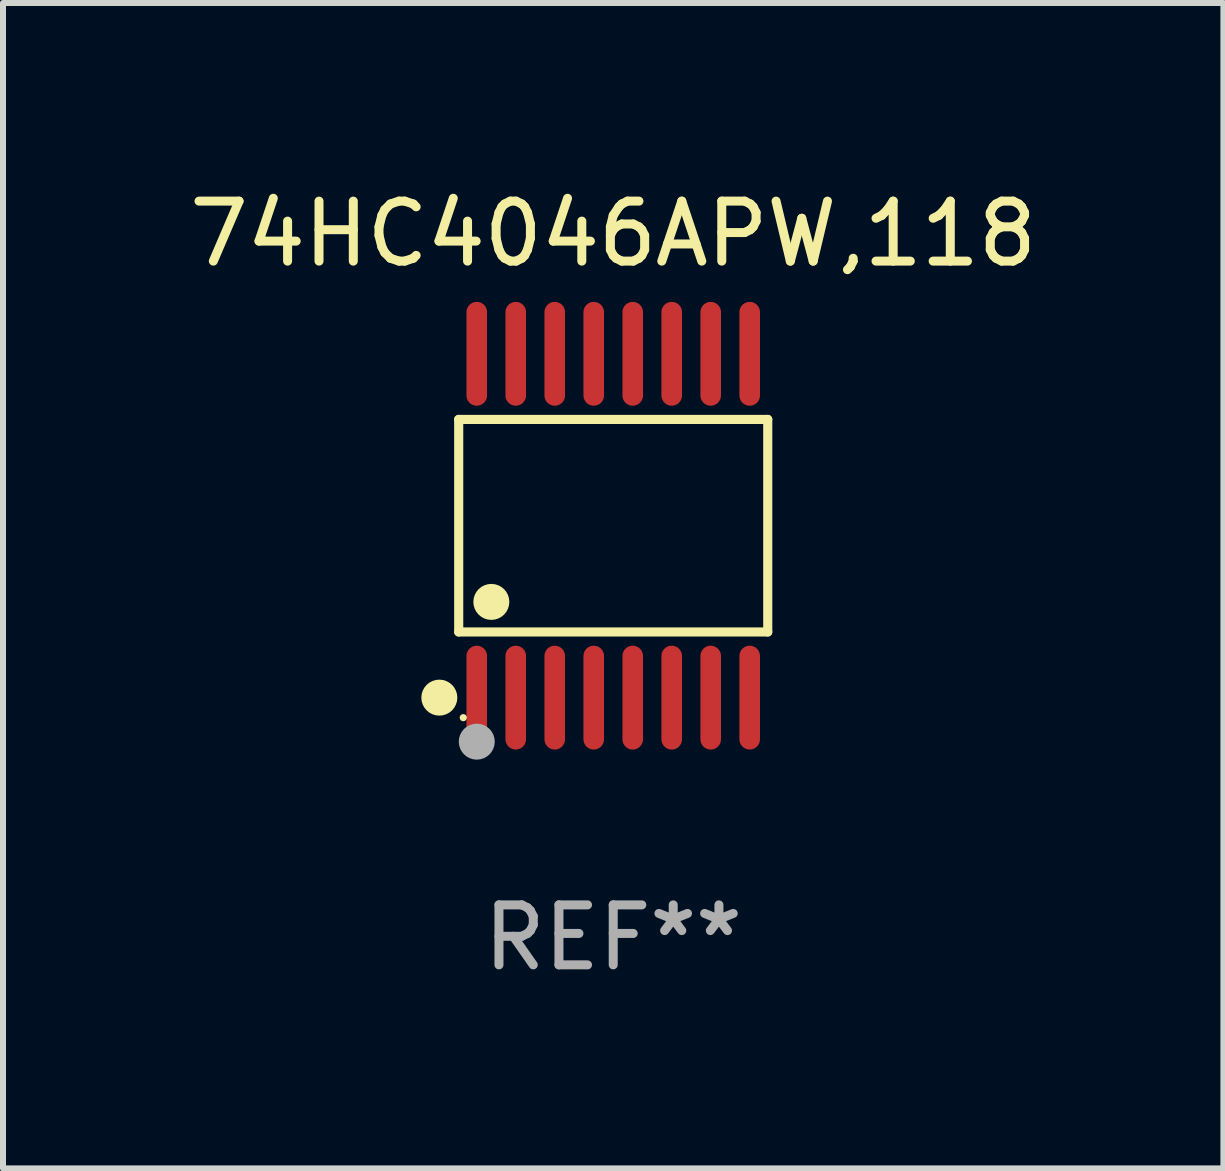
<source format=kicad_pcb>
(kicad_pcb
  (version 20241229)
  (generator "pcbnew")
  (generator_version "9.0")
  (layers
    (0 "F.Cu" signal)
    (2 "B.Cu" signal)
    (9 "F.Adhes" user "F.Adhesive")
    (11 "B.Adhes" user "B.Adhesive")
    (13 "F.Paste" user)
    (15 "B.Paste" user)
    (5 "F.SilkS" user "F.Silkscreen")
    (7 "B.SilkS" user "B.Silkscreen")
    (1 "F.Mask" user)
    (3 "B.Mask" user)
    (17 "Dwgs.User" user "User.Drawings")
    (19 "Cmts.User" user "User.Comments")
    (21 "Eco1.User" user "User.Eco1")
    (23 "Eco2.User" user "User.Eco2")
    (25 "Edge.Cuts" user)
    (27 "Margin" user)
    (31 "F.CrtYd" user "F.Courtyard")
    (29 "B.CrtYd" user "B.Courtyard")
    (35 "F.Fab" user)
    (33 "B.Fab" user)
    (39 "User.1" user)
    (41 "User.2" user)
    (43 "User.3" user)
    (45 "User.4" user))
  (footprint "74HC4046APW,118"
    (layer "F.Cu")
    (at 7.173 5.714)
    (property "Reference" "74HC4046APW,118" (at 0 -4.866 0) (layer "F.SilkS") (effects (font (size 1 1) (thickness 0.15))))
    (attr through_hole)
    (fp_line (start -2.576 -1.772) (end 2.576 -1.772) (stroke (width 0.152) (type solid)) (layer "F.SilkS"))
    (fp_line (start -2.576 1.771) (end -2.576 -1.772) (stroke (width 0.152) (type solid)) (layer "F.SilkS"))
    (fp_line (start 2.576 -1.772) (end 2.576 1.771) (stroke (width 0.152) (type solid)) (layer "F.SilkS"))
    (fp_line (start 2.576 1.771) (end -2.576 1.771) (stroke (width 0.152) (type solid)) (layer "F.SilkS"))
    (fp_circle (center -2.899 2.866) (end -2.749 2.866) (stroke (width 0.3) (type solid)) (fill no) (layer "F.SilkS"))
    (fp_circle (center -2.5 3.2) (end -2.47 3.2) (stroke (width 0.06) (type solid)) (fill no) (layer "F.SilkS"))
    (fp_circle (center -2.032 1.27) (end -1.882 1.27) (stroke (width 0.3) (type solid)) (fill no) (layer "F.SilkS"))
    (fp_circle (center -2.275 3.6) (end -2.125 3.6) (stroke (width 0.3) (type solid)) (fill no) (layer "F.Fab"))
    (fp_text user "REF**" (at 0 6.866 0) (layer "F.Fab") (effects (font (size 1 1) (thickness 0.15))))
    (pad "1" smd oval (at -2.275 2.866) (size 0.343 1.731) (layers "F.Cu" "F.Mask" "F.Paste"))
    (pad "2" smd oval (at -1.625 2.866) (size 0.343 1.731) (layers "F.Cu" "F.Mask" "F.Paste"))
    (pad "3" smd oval (at -0.975 2.866) (size 0.343 1.731) (layers "F.Cu" "F.Mask" "F.Paste"))
    (pad "4" smd oval (at -0.325 2.866) (size 0.343 1.731) (layers "F.Cu" "F.Mask" "F.Paste"))
    (pad "5" smd oval (at 0.325 2.866) (size 0.343 1.731) (layers "F.Cu" "F.Mask" "F.Paste"))
    (pad "6" smd oval (at 0.975 2.866) (size 0.343 1.731) (layers "F.Cu" "F.Mask" "F.Paste"))
    (pad "7" smd oval (at 1.625 2.866) (size 0.343 1.731) (layers "F.Cu" "F.Mask" "F.Paste"))
    (pad "8" smd oval (at 2.275 2.866) (size 0.343 1.731) (layers "F.Cu" "F.Mask" "F.Paste"))
    (pad "9" smd oval (at 2.275 -2.866) (size 0.343 1.731) (layers "F.Cu" "F.Mask" "F.Paste"))
    (pad "10" smd oval (at 1.625 -2.866) (size 0.343 1.731) (layers "F.Cu" "F.Mask" "F.Paste"))
    (pad "11" smd oval (at 0.975 -2.866) (size 0.343 1.731) (layers "F.Cu" "F.Mask" "F.Paste"))
    (pad "12" smd oval (at 0.325 -2.866) (size 0.343 1.731) (layers "F.Cu" "F.Mask" "F.Paste"))
    (pad "13" smd oval (at -0.325 -2.866) (size 0.343 1.731) (layers "F.Cu" "F.Mask" "F.Paste"))
    (pad "14" smd oval (at -0.975 -2.866) (size 0.343 1.731) (layers "F.Cu" "F.Mask" "F.Paste"))
    (pad "15" smd oval (at -1.625 -2.866) (size 0.343 1.731) (layers "F.Cu" "F.Mask" "F.Paste"))
    (pad "16" smd oval (at -2.275 -2.866) (size 0.343 1.731) (layers "F.Cu" "F.Mask" "F.Paste")))
  (gr_rect
    (start -3 -3)
    (end 17.345 16.428)
    (stroke (width 0.1) (type default))
    (fill no)
    (layer "Edge.Cuts")))
</source>
